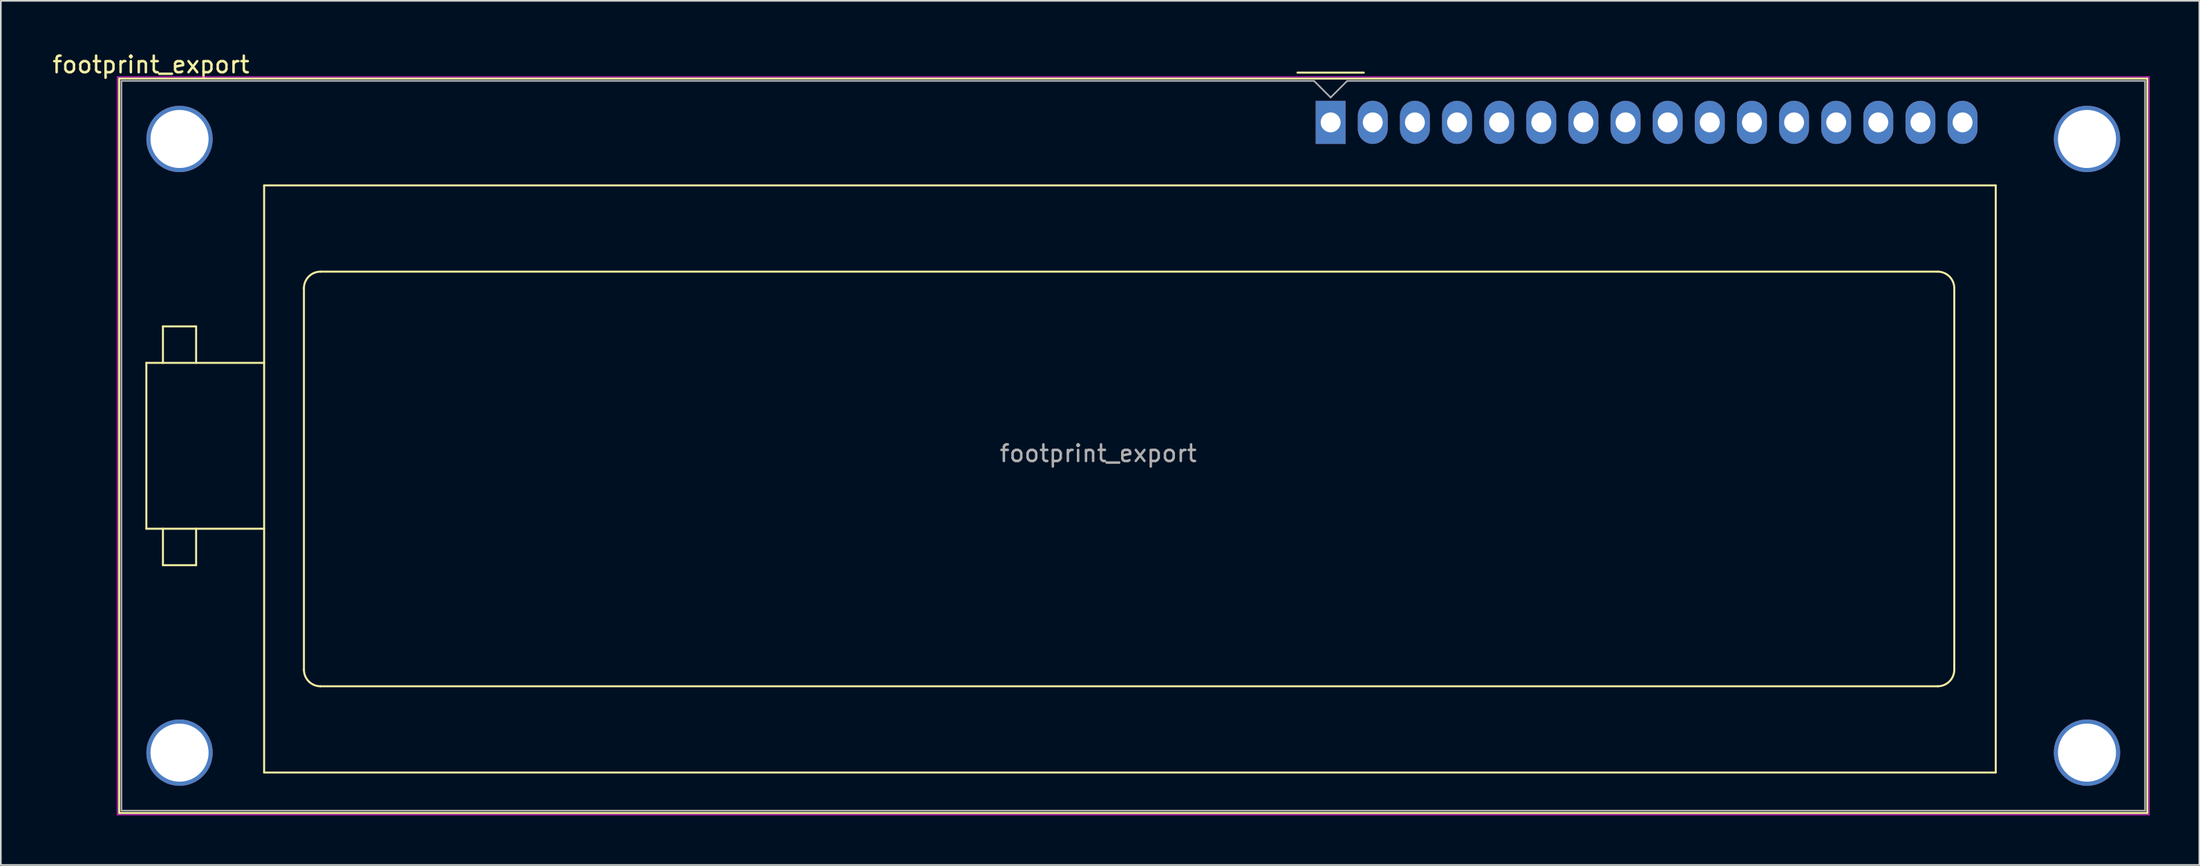
<source format=kicad_pcb>
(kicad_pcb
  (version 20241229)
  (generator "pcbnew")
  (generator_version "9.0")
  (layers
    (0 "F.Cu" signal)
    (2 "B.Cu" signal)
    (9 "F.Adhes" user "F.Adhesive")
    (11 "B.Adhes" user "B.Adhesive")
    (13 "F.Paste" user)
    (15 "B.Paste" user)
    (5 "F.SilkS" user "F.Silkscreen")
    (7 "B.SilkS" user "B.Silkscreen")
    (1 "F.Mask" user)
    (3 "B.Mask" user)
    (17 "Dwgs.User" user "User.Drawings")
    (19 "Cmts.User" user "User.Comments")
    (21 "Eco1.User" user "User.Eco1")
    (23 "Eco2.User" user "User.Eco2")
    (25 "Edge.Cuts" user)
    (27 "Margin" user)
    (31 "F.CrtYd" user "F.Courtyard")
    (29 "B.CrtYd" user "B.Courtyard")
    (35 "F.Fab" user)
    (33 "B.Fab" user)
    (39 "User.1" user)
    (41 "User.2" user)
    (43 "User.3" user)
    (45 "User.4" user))
  (footprint "footprint_export"
    (layer "F.Cu")
    (at 77.174 4.328)
    (property "Reference" "footprint_export" (at -71.12 -3.48 0) (layer "F.SilkS") (effects (font (size 1 1) (thickness 0.15))))
    (attr through_hole)
    (fp_line (start -73.04 -2.64) (end -73.04 41.64) (stroke (width 0.12) (type solid)) (layer "F.SilkS"))
    (fp_line (start -73.04 -2.64) (end 49.24 -2.64) (stroke (width 0.12) (type solid)) (layer "F.SilkS"))
    (fp_line (start -71.4 14.5) (end -64.3 14.5) (stroke (width 0.12) (type solid)) (layer "F.SilkS"))
    (fp_line (start -71.4 24.5) (end -71.4 14.5) (stroke (width 0.12) (type solid)) (layer "F.SilkS"))
    (fp_line (start -70.4 12.3) (end -70.4 14.5) (stroke (width 0.12) (type solid)) (layer "F.SilkS"))
    (fp_line (start -70.4 26.7) (end -70.4 24.5) (stroke (width 0.12) (type solid)) (layer "F.SilkS"))
    (fp_line (start -68.4 12.3) (end -70.4 12.3) (stroke (width 0.12) (type solid)) (layer "F.SilkS"))
    (fp_line (start -68.4 14.5) (end -68.4 12.3) (stroke (width 0.12) (type solid)) (layer "F.SilkS"))
    (fp_line (start -68.4 24.5) (end -68.4 26.7) (stroke (width 0.12) (type solid)) (layer "F.SilkS"))
    (fp_line (start -68.4 26.7) (end -70.4 26.7) (stroke (width 0.12) (type solid)) (layer "F.SilkS"))
    (fp_line (start -64.3 3.8) (end 40.1 3.8) (stroke (width 0.12) (type solid)) (layer "F.SilkS"))
    (fp_line (start -64.3 24.5) (end -71.4 24.5) (stroke (width 0.12) (type solid)) (layer "F.SilkS"))
    (fp_line (start -64.3 39.2) (end -64.3 3.8) (stroke (width 0.12) (type solid)) (layer "F.SilkS"))
    (fp_line (start -61.9 33) (end -61.9 10) (stroke (width 0.12) (type solid)) (layer "F.SilkS"))
    (fp_line (start -60.9 9) (end 36.6 9) (stroke (width 0.12) (type solid)) (layer "F.SilkS"))
    (fp_line (start -2 -3) (end 2 -3) (stroke (width 0.12) (type solid)) (layer "F.SilkS"))
    (fp_line (start 36.6 34) (end -60.9 34) (stroke (width 0.12) (type solid)) (layer "F.SilkS"))
    (fp_line (start 37.6 10) (end 37.6 33) (stroke (width 0.12) (type solid)) (layer "F.SilkS"))
    (fp_line (start 40.1 3.8) (end 40.1 39.2) (stroke (width 0.12) (type solid)) (layer "F.SilkS"))
    (fp_line (start 40.1 39.2) (end -64.3 39.2) (stroke (width 0.12) (type solid)) (layer "F.SilkS"))
    (fp_line (start 49.24 -2.64) (end 49.24 41.64) (stroke (width 0.12) (type solid)) (layer "F.SilkS"))
    (fp_line (start 49.24 41.64) (end -73.04 41.64) (stroke (width 0.12) (type solid)) (layer "F.SilkS"))
    (fp_arc (start -61.9 10) (mid -61.607107 9.292893) (end -60.9 9) (stroke (width 0.12) (type solid)) (layer "F.SilkS"))
    (fp_arc (start -60.9 34) (mid -61.607107 33.707107) (end -61.9 33) (stroke (width 0.12) (type solid)) (layer "F.SilkS"))
    (fp_arc (start 36.6 9) (mid 37.307107 9.292893) (end 37.6 10) (stroke (width 0.12) (type solid)) (layer "F.SilkS"))
    (fp_arc (start 37.6 33) (mid 37.307107 33.707107) (end 36.6 34) (stroke (width 0.12) (type solid)) (layer "F.SilkS"))
    (fp_line (start -73.15 -2.75) (end -73.15 41.75) (stroke (width 0.05) (type solid)) (layer "F.CrtYd"))
    (fp_line (start -73.15 -2.75) (end 49.35 -2.75) (stroke (width 0.05) (type solid)) (layer "F.CrtYd"))
    (fp_line (start -73.15 41.75) (end 49.35 41.75) (stroke (width 0.05) (type solid)) (layer "F.CrtYd"))
    (fp_line (start 49.35 -2.75) (end 49.35 41.75) (stroke (width 0.05) (type solid)) (layer "F.CrtYd"))
    (fp_line (start -72.9 -2.5) (end -72.9 41.5) (stroke (width 0.1) (type solid)) (layer "F.Fab"))
    (fp_line (start -72.9 41.5) (end 49.1 41.5) (stroke (width 0.1) (type solid)) (layer "F.Fab"))
    (fp_line (start -1 -2.5) (end -72.9 -2.5) (stroke (width 0.1) (type solid)) (layer "F.Fab"))
    (fp_line (start 0 -1.5) (end -1 -2.5) (stroke (width 0.1) (type solid)) (layer "F.Fab"))
    (fp_line (start 1 -2.5) (end 0 -1.5) (stroke (width 0.1) (type solid)) (layer "F.Fab"))
    (fp_line (start 49.1 -2.5) (end 1 -2.5) (stroke (width 0.1) (type solid)) (layer "F.Fab"))
    (fp_line (start 49.1 41.5) (end 49.1 -2.5) (stroke (width 0.1) (type solid)) (layer "F.Fab"))
    (fp_text user "${REFERENCE}" (at -14.01 19.96 0) (layer "F.Fab") (effects (font (size 1 1) (thickness 0.15))))
    (pad "" thru_hole circle (at -69.4 1.001 180) (size 4 4) (drill 3.5) (layers "*.Cu" "*.Mask"))
    (pad "" thru_hole circle (at -69.4 38.001 180) (size 4 4) (drill 3.5) (layers "*.Cu" "*.Mask"))
    (pad "" thru_hole circle (at 45.601 1.001 180) (size 4 4) (drill 3.5) (layers "*.Cu" "*.Mask"))
    (pad "" thru_hole circle (at 45.601 38.001 180) (size 4 4) (drill 3.5) (layers "*.Cu" "*.Mask"))
    (pad "1" thru_hole rect (at 0 0 180) (size 1.8 2.6) (drill 1.2) (layers "*.Cu" "*.Mask"))
    (pad "2" thru_hole oval (at 2.54 0 180) (size 1.8 2.6) (drill 1.2) (layers "*.Cu" "*.Mask"))
    (pad "3" thru_hole oval (at 5.08 0 180) (size 1.8 2.6) (drill 1.2) (layers "*.Cu" "*.Mask"))
    (pad "4" thru_hole oval (at 7.62 0 180) (size 1.8 2.6) (drill 1.2) (layers "*.Cu" "*.Mask"))
    (pad "5" thru_hole oval (at 10.16 0 180) (size 1.8 2.6) (drill 1.2) (layers "*.Cu" "*.Mask"))
    (pad "6" thru_hole oval (at 12.7 0 180) (size 1.8 2.6) (drill 1.2) (layers "*.Cu" "*.Mask"))
    (pad "7" thru_hole oval (at 15.24 0 180) (size 1.8 2.6) (drill 1.2) (layers "*.Cu" "*.Mask"))
    (pad "8" thru_hole oval (at 17.78 0 180) (size 1.8 2.6) (drill 1.2) (layers "*.Cu" "*.Mask"))
    (pad "9" thru_hole oval (at 20.32 0 180) (size 1.8 2.6) (drill 1.2) (layers "*.Cu" "*.Mask"))
    (pad "10" thru_hole oval (at 22.86 0 180) (size 1.8 2.6) (drill 1.2) (layers "*.Cu" "*.Mask"))
    (pad "11" thru_hole oval (at 25.4 0 180) (size 1.8 2.6) (drill 1.2) (layers "*.Cu" "*.Mask"))
    (pad "12" thru_hole oval (at 27.94 0 180) (size 1.8 2.6) (drill 1.2) (layers "*.Cu" "*.Mask"))
    (pad "13" thru_hole oval (at 30.48 0 180) (size 1.8 2.6) (drill 1.2) (layers "*.Cu" "*.Mask"))
    (pad "14" thru_hole oval (at 33.02 0 180) (size 1.8 2.6) (drill 1.2) (layers "*.Cu" "*.Mask"))
    (pad "15" thru_hole oval (at 35.56 0 180) (size 1.8 2.6) (drill 1.2) (layers "*.Cu" "*.Mask"))
    (pad "16" thru_hole oval (at 38.1 0 180) (size 1.8 2.6) (drill 1.2) (layers "*.Cu" "*.Mask")))
  (gr_rect
    (start -3 -3)
    (end 129.549 49.103)
    (stroke (width 0.1) (type default))
    (fill no)
    (layer "Edge.Cuts")))
</source>
